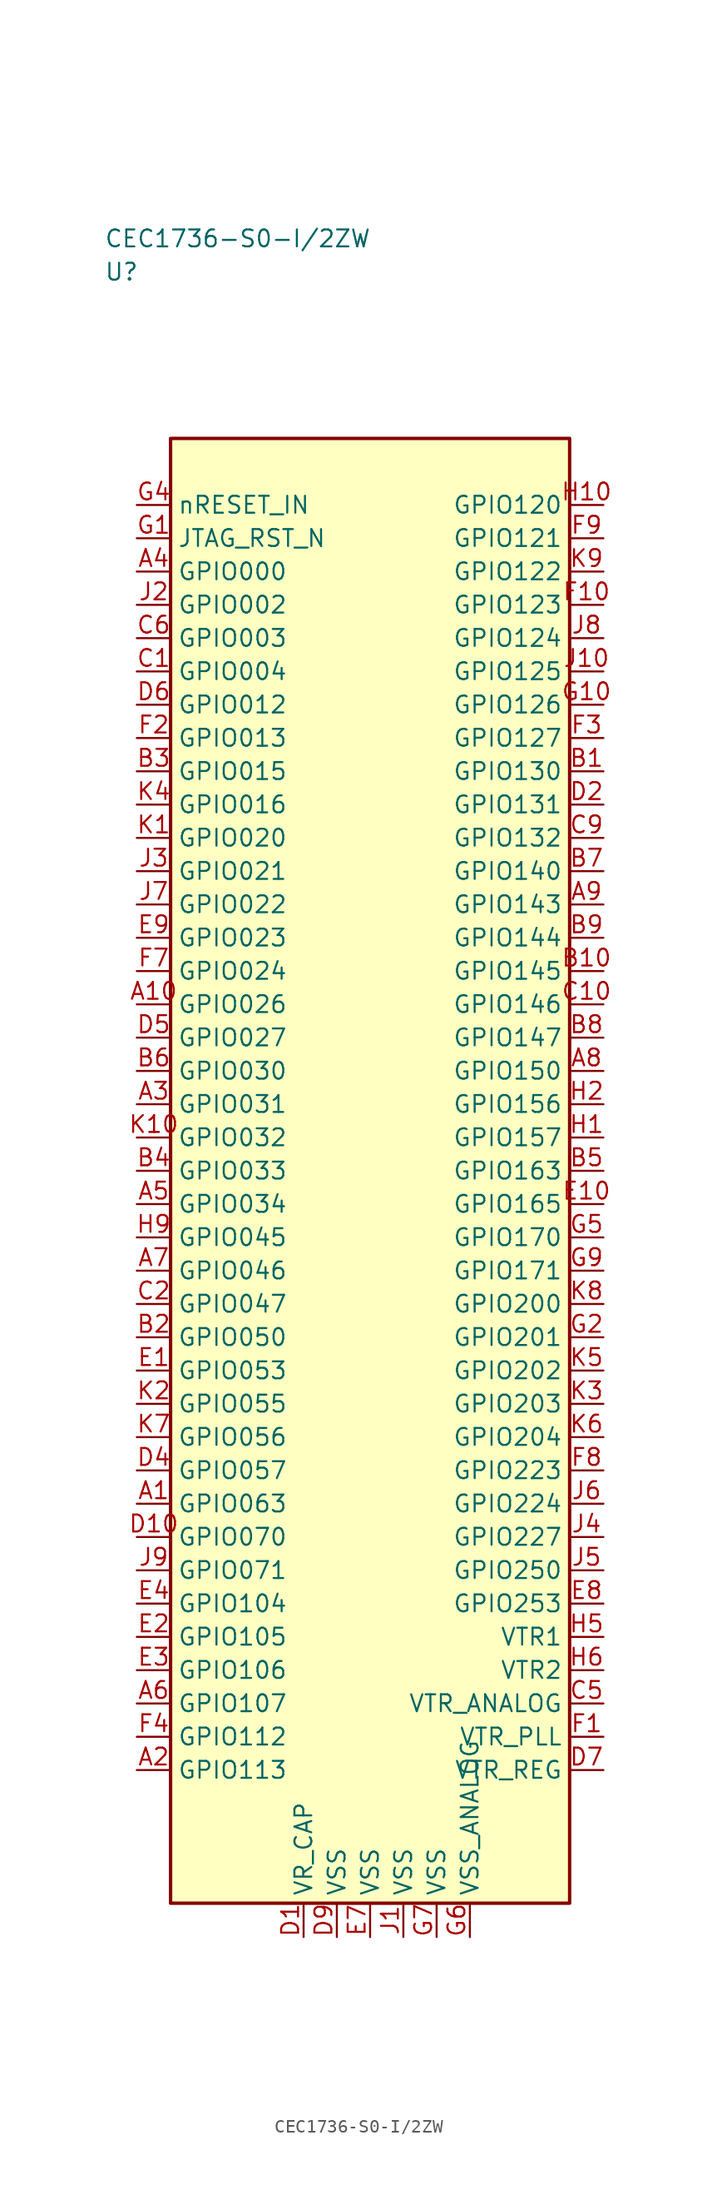
<source format=kicad_sym>
(kicad_symbol_lib
  (version 20241025)
  (generator "kicad_symbol_editor")
  (generator_version "8.0")
  (symbol "CEC1736-S0-I/2ZW"
    (property "Reference" "U"
      (at -20.0 67.5 0)
      (effects (font (size 1.27 1.27)) (justify left)))
    (property "Value" "CEC1736-S0-I/2ZW"
      (at -20.0 70.0 0)
      (effects (font (size 1.27 1.27)) (justify left)))
    (symbol "CEC1736-S0-I/2ZW_0_1"
      (rectangle (start -15.0 55.0) (end 15.0 -55.0) (stroke (width 0.254) (type default)) (fill (type background))))
    (symbol "CEC1736-S0-I/2ZW_1_1"
      (pin bidirectional line (at -17.54 45.0 0.0) (length 2.54) (name "GPIO000" (effects (font (size 1.27 1.27)))) (number "A4" (effects (font (size 1.27 1.27)))))
      (pin bidirectional line (at -17.54 42.5 0.0) (length 2.54) (name "GPIO002" (effects (font (size 1.27 1.27)))) (number "J2" (effects (font (size 1.27 1.27)))))
      (pin bidirectional line (at -17.54 40.0 0.0) (length 2.54) (name "GPIO003" (effects (font (size 1.27 1.27)))) (number "C6" (effects (font (size 1.27 1.27)))))
      (pin bidirectional line (at -17.54 37.5 0.0) (length 2.54) (name "GPIO004" (effects (font (size 1.27 1.27)))) (number "C1" (effects (font (size 1.27 1.27)))))
      (pin bidirectional line (at -17.54 35.0 0.0) (length 2.54) (name "GPIO012" (effects (font (size 1.27 1.27)))) (number "D6" (effects (font (size 1.27 1.27)))))
      (pin bidirectional line (at -17.54 32.5 0.0) (length 2.54) (name "GPIO013" (effects (font (size 1.27 1.27)))) (number "F2" (effects (font (size 1.27 1.27)))))
      (pin bidirectional line (at -17.54 30.0 0.0) (length 2.54) (name "GPIO015" (effects (font (size 1.27 1.27)))) (number "B3" (effects (font (size 1.27 1.27)))))
      (pin bidirectional line (at -17.54 27.5 0.0) (length 2.54) (name "GPIO016" (effects (font (size 1.27 1.27)))) (number "K4" (effects (font (size 1.27 1.27)))))
      (pin bidirectional line (at -17.54 25.0 0.0) (length 2.54) (name "GPIO020" (effects (font (size 1.27 1.27)))) (number "K1" (effects (font (size 1.27 1.27)))))
      (pin bidirectional line (at -17.54 22.5 0.0) (length 2.54) (name "GPIO021" (effects (font (size 1.27 1.27)))) (number "J3" (effects (font (size 1.27 1.27)))))
      (pin bidirectional line (at -17.54 20.0 0.0) (length 2.54) (name "GPIO022" (effects (font (size 1.27 1.27)))) (number "J7" (effects (font (size 1.27 1.27)))))
      (pin bidirectional line (at -17.54 17.5 0.0) (length 2.54) (name "GPIO023" (effects (font (size 1.27 1.27)))) (number "E9" (effects (font (size 1.27 1.27)))))
      (pin bidirectional line (at -17.54 15.0 0.0) (length 2.54) (name "GPIO024" (effects (font (size 1.27 1.27)))) (number "F7" (effects (font (size 1.27 1.27)))))
      (pin bidirectional line (at -17.54 12.5 0.0) (length 2.54) (name "GPIO026" (effects (font (size 1.27 1.27)))) (number "A10" (effects (font (size 1.27 1.27)))))
      (pin bidirectional line (at -17.54 10.0 0.0) (length 2.54) (name "GPIO027" (effects (font (size 1.27 1.27)))) (number "D5" (effects (font (size 1.27 1.27)))))
      (pin bidirectional line (at -17.54 7.5 0.0) (length 2.54) (name "GPIO030" (effects (font (size 1.27 1.27)))) (number "B6" (effects (font (size 1.27 1.27)))))
      (pin bidirectional line (at -17.54 5.0 0.0) (length 2.54) (name "GPIO031" (effects (font (size 1.27 1.27)))) (number "A3" (effects (font (size 1.27 1.27)))))
      (pin bidirectional line (at -17.54 2.5 0.0) (length 2.54) (name "GPIO032" (effects (font (size 1.27 1.27)))) (number "K10" (effects (font (size 1.27 1.27)))))
      (pin bidirectional line (at -17.54 0.0 0.0) (length 2.54) (name "GPIO033" (effects (font (size 1.27 1.27)))) (number "B4" (effects (font (size 1.27 1.27)))))
      (pin bidirectional line (at -17.54 -2.5 0.0) (length 2.54) (name "GPIO034" (effects (font (size 1.27 1.27)))) (number "A5" (effects (font (size 1.27 1.27)))))
      (pin bidirectional line (at -17.54 -5.0 0.0) (length 2.54) (name "GPIO045" (effects (font (size 1.27 1.27)))) (number "H9" (effects (font (size 1.27 1.27)))))
      (pin bidirectional line (at -17.54 -7.5 0.0) (length 2.54) (name "GPIO046" (effects (font (size 1.27 1.27)))) (number "A7" (effects (font (size 1.27 1.27)))))
      (pin bidirectional line (at -17.54 -10.0 0.0) (length 2.54) (name "GPIO047" (effects (font (size 1.27 1.27)))) (number "C2" (effects (font (size 1.27 1.27)))))
      (pin bidirectional line (at -17.54 -12.5 0.0) (length 2.54) (name "GPIO050" (effects (font (size 1.27 1.27)))) (number "B2" (effects (font (size 1.27 1.27)))))
      (pin bidirectional line (at -17.54 -15.0 0.0) (length 2.54) (name "GPIO053" (effects (font (size 1.27 1.27)))) (number "E1" (effects (font (size 1.27 1.27)))))
      (pin bidirectional line (at -17.54 -17.5 0.0) (length 2.54) (name "GPIO055" (effects (font (size 1.27 1.27)))) (number "K2" (effects (font (size 1.27 1.27)))))
      (pin bidirectional line (at -17.54 -20.0 0.0) (length 2.54) (name "GPIO056" (effects (font (size 1.27 1.27)))) (number "K7" (effects (font (size 1.27 1.27)))))
      (pin bidirectional line (at -17.54 -22.5 0.0) (length 2.54) (name "GPIO057" (effects (font (size 1.27 1.27)))) (number "D4" (effects (font (size 1.27 1.27)))))
      (pin bidirectional line (at -17.54 -25.0 0.0) (length 2.54) (name "GPIO063" (effects (font (size 1.27 1.27)))) (number "A1" (effects (font (size 1.27 1.27)))))
      (pin bidirectional line (at -17.54 -27.5 0.0) (length 2.54) (name "GPIO070" (effects (font (size 1.27 1.27)))) (number "D10" (effects (font (size 1.27 1.27)))))
      (pin bidirectional line (at -17.54 -30.0 0.0) (length 2.54) (name "GPIO071" (effects (font (size 1.27 1.27)))) (number "J9" (effects (font (size 1.27 1.27)))))
      (pin bidirectional line (at -17.54 -32.5 0.0) (length 2.54) (name "GPIO104" (effects (font (size 1.27 1.27)))) (number "E4" (effects (font (size 1.27 1.27)))))
      (pin bidirectional line (at -17.54 -35.0 0.0) (length 2.54) (name "GPIO105" (effects (font (size 1.27 1.27)))) (number "E2" (effects (font (size 1.27 1.27)))))
      (pin bidirectional line (at -17.54 -37.5 0.0) (length 2.54) (name "GPIO106" (effects (font (size 1.27 1.27)))) (number "E3" (effects (font (size 1.27 1.27)))))
      (pin bidirectional line (at -17.54 -40.0 0.0) (length 2.54) (name "GPIO107" (effects (font (size 1.27 1.27)))) (number "A6" (effects (font (size 1.27 1.27)))))
      (pin bidirectional line (at -17.54 -42.5 0.0) (length 2.54) (name "GPIO112" (effects (font (size 1.27 1.27)))) (number "F4" (effects (font (size 1.27 1.27)))))
      (pin bidirectional line (at -17.54 -45.0 0.0) (length 2.54) (name "GPIO113" (effects (font (size 1.27 1.27)))) (number "A2" (effects (font (size 1.27 1.27)))))
      (pin bidirectional line (at 17.54 50.0 180.0) (length 2.54) (name "GPIO120" (effects (font (size 1.27 1.27)))) (number "H10" (effects (font (size 1.27 1.27)))))
      (pin bidirectional line (at 17.54 47.5 180.0) (length 2.54) (name "GPIO121" (effects (font (size 1.27 1.27)))) (number "F9" (effects (font (size 1.27 1.27)))))
      (pin bidirectional line (at 17.54 45.0 180.0) (length 2.54) (name "GPIO122" (effects (font (size 1.27 1.27)))) (number "K9" (effects (font (size 1.27 1.27)))))
      (pin bidirectional line (at 17.54 42.5 180.0) (length 2.54) (name "GPIO123" (effects (font (size 1.27 1.27)))) (number "F10" (effects (font (size 1.27 1.27)))))
      (pin bidirectional line (at 17.54 40.0 180.0) (length 2.54) (name "GPIO124" (effects (font (size 1.27 1.27)))) (number "J8" (effects (font (size 1.27 1.27)))))
      (pin bidirectional line (at 17.54 37.5 180.0) (length 2.54) (name "GPIO125" (effects (font (size 1.27 1.27)))) (number "J10" (effects (font (size 1.27 1.27)))))
      (pin bidirectional line (at 17.54 35.0 180.0) (length 2.54) (name "GPIO126" (effects (font (size 1.27 1.27)))) (number "G10" (effects (font (size 1.27 1.27)))))
      (pin bidirectional line (at 17.54 32.5 180.0) (length 2.54) (name "GPIO127" (effects (font (size 1.27 1.27)))) (number "F3" (effects (font (size 1.27 1.27)))))
      (pin bidirectional line (at 17.54 30.0 180.0) (length 2.54) (name "GPIO130" (effects (font (size 1.27 1.27)))) (number "B1" (effects (font (size 1.27 1.27)))))
      (pin bidirectional line (at 17.54 27.5 180.0) (length 2.54) (name "GPIO131" (effects (font (size 1.27 1.27)))) (number "D2" (effects (font (size 1.27 1.27)))))
      (pin bidirectional line (at 17.54 25.0 180.0) (length 2.54) (name "GPIO132" (effects (font (size 1.27 1.27)))) (number "C9" (effects (font (size 1.27 1.27)))))
      (pin bidirectional line (at 17.54 22.5 180.0) (length 2.54) (name "GPIO140" (effects (font (size 1.27 1.27)))) (number "B7" (effects (font (size 1.27 1.27)))))
      (pin bidirectional line (at 17.54 20.0 180.0) (length 2.54) (name "GPIO143" (effects (font (size 1.27 1.27)))) (number "A9" (effects (font (size 1.27 1.27)))))
      (pin bidirectional line (at 17.54 17.5 180.0) (length 2.54) (name "GPIO144" (effects (font (size 1.27 1.27)))) (number "B9" (effects (font (size 1.27 1.27)))))
      (pin bidirectional line (at 17.54 15.0 180.0) (length 2.54) (name "GPIO145" (effects (font (size 1.27 1.27)))) (number "B10" (effects (font (size 1.27 1.27)))))
      (pin bidirectional line (at 17.54 12.5 180.0) (length 2.54) (name "GPIO146" (effects (font (size 1.27 1.27)))) (number "C10" (effects (font (size 1.27 1.27)))))
      (pin bidirectional line (at 17.54 10.0 180.0) (length 2.54) (name "GPIO147" (effects (font (size 1.27 1.27)))) (number "B8" (effects (font (size 1.27 1.27)))))
      (pin bidirectional line (at 17.54 7.5 180.0) (length 2.54) (name "GPIO150" (effects (font (size 1.27 1.27)))) (number "A8" (effects (font (size 1.27 1.27)))))
      (pin bidirectional line (at 17.54 5.0 180.0) (length 2.54) (name "GPIO156" (effects (font (size 1.27 1.27)))) (number "H2" (effects (font (size 1.27 1.27)))))
      (pin bidirectional line (at 17.54 2.5 180.0) (length 2.54) (name "GPIO157" (effects (font (size 1.27 1.27)))) (number "H1" (effects (font (size 1.27 1.27)))))
      (pin bidirectional line (at 17.54 0.0 180.0) (length 2.54) (name "GPIO163" (effects (font (size 1.27 1.27)))) (number "B5" (effects (font (size 1.27 1.27)))))
      (pin bidirectional line (at 17.54 -2.5 180.0) (length 2.54) (name "GPIO165" (effects (font (size 1.27 1.27)))) (number "E10" (effects (font (size 1.27 1.27)))))
      (pin bidirectional line (at 17.54 -5.0 180.0) (length 2.54) (name "GPIO170" (effects (font (size 1.27 1.27)))) (number "G5" (effects (font (size 1.27 1.27)))))
      (pin bidirectional line (at 17.54 -7.5 180.0) (length 2.54) (name "GPIO171" (effects (font (size 1.27 1.27)))) (number "G9" (effects (font (size 1.27 1.27)))))
      (pin bidirectional line (at 17.54 -10.0 180.0) (length 2.54) (name "GPIO200" (effects (font (size 1.27 1.27)))) (number "K8" (effects (font (size 1.27 1.27)))))
      (pin bidirectional line (at 17.54 -12.5 180.0) (length 2.54) (name "GPIO201" (effects (font (size 1.27 1.27)))) (number "G2" (effects (font (size 1.27 1.27)))))
      (pin bidirectional line (at 17.54 -15.0 180.0) (length 2.54) (name "GPIO202" (effects (font (size 1.27 1.27)))) (number "K5" (effects (font (size 1.27 1.27)))))
      (pin bidirectional line (at 17.54 -17.5 180.0) (length 2.54) (name "GPIO203" (effects (font (size 1.27 1.27)))) (number "K3" (effects (font (size 1.27 1.27)))))
      (pin bidirectional line (at 17.54 -20.0 180.0) (length 2.54) (name "GPIO204" (effects (font (size 1.27 1.27)))) (number "K6" (effects (font (size 1.27 1.27)))))
      (pin bidirectional line (at 17.54 -22.5 180.0) (length 2.54) (name "GPIO223" (effects (font (size 1.27 1.27)))) (number "F8" (effects (font (size 1.27 1.27)))))
      (pin bidirectional line (at 17.54 -25.0 180.0) (length 2.54) (name "GPIO224" (effects (font (size 1.27 1.27)))) (number "J6" (effects (font (size 1.27 1.27)))))
      (pin bidirectional line (at 17.54 -27.5 180.0) (length 2.54) (name "GPIO227" (effects (font (size 1.27 1.27)))) (number "J4" (effects (font (size 1.27 1.27)))))
      (pin bidirectional line (at 17.54 -30.0 180.0) (length 2.54) (name "GPIO250" (effects (font (size 1.27 1.27)))) (number "J5" (effects (font (size 1.27 1.27)))))
      (pin bidirectional line (at 17.54 -32.5 180.0) (length 2.54) (name "GPIO253" (effects (font (size 1.27 1.27)))) (number "E8" (effects (font (size 1.27 1.27)))))
      (pin input line (at -17.54 47.5 0.0) (length 2.54) (name "JTAG_RST_N" (effects (font (size 1.27 1.27)))) (number "G1" (effects (font (size 1.27 1.27)))))
      (pin input line (at -17.54 50.0 0.0) (length 2.54) (name "nRESET_IN" (effects (font (size 1.27 1.27)))) (number "G4" (effects (font (size 1.27 1.27)))))
      (pin passive line (at 7.5 -57.54 90.0) (length 2.54) (name "VSS_ANALOG" (effects (font (size 1.27 1.27)))) (number "G6" (effects (font (size 1.27 1.27)))))
      (pin bidirectional line (at 17.54 -42.5 180.0) (length 2.54) (name "VTR_PLL" (effects (font (size 1.27 1.27)))) (number "F1" (effects (font (size 1.27 1.27)))))
      (pin passive line (at -2.5 -57.54 90.0) (length 2.54) (name "VSS" (effects (font (size 1.27 1.27)))) (number "D9" (effects (font (size 1.27 1.27)))))
      (pin bidirectional line (at 17.54 -45.0 180.0) (length 2.54) (name "VTR_REG" (effects (font (size 1.27 1.27)))) (number "D7" (effects (font (size 1.27 1.27)))))
      (pin bidirectional line (at 17.54 -35.0 180.0) (length 2.54) (name "VTR1" (effects (font (size 1.27 1.27)))) (number "H5" (effects (font (size 1.27 1.27)))))
      (pin bidirectional line (at 17.54 -40.0 180.0) (length 2.54) (name "VTR_ANALOG" (effects (font (size 1.27 1.27)))) (number "C5" (effects (font (size 1.27 1.27)))))
      (pin passive line (at -5.0 -57.54 90.0) (length 2.54) (name "VR_CAP" (effects (font (size 1.27 1.27)))) (number "D1" (effects (font (size 1.27 1.27)))))
      (pin passive line (at 0.0 -57.54 90.0) (length 2.54) (name "VSS" (effects (font (size 1.27 1.27)))) (number "E7" (effects (font (size 1.27 1.27)))))
      (pin bidirectional line (at 17.54 -37.5 180.0) (length 2.54) (name "VTR2" (effects (font (size 1.27 1.27)))) (number "H6" (effects (font (size 1.27 1.27)))))
      (pin passive line (at 2.5 -57.54 90.0) (length 2.54) (name "VSS" (effects (font (size 1.27 1.27)))) (number "J1" (effects (font (size 1.27 1.27)))))
      (pin passive line (at 5.0 -57.54 90.0) (length 2.54) (name "VSS" (effects (font (size 1.27 1.27)))) (number "G7" (effects (font (size 1.27 1.27))))))))
</source>
